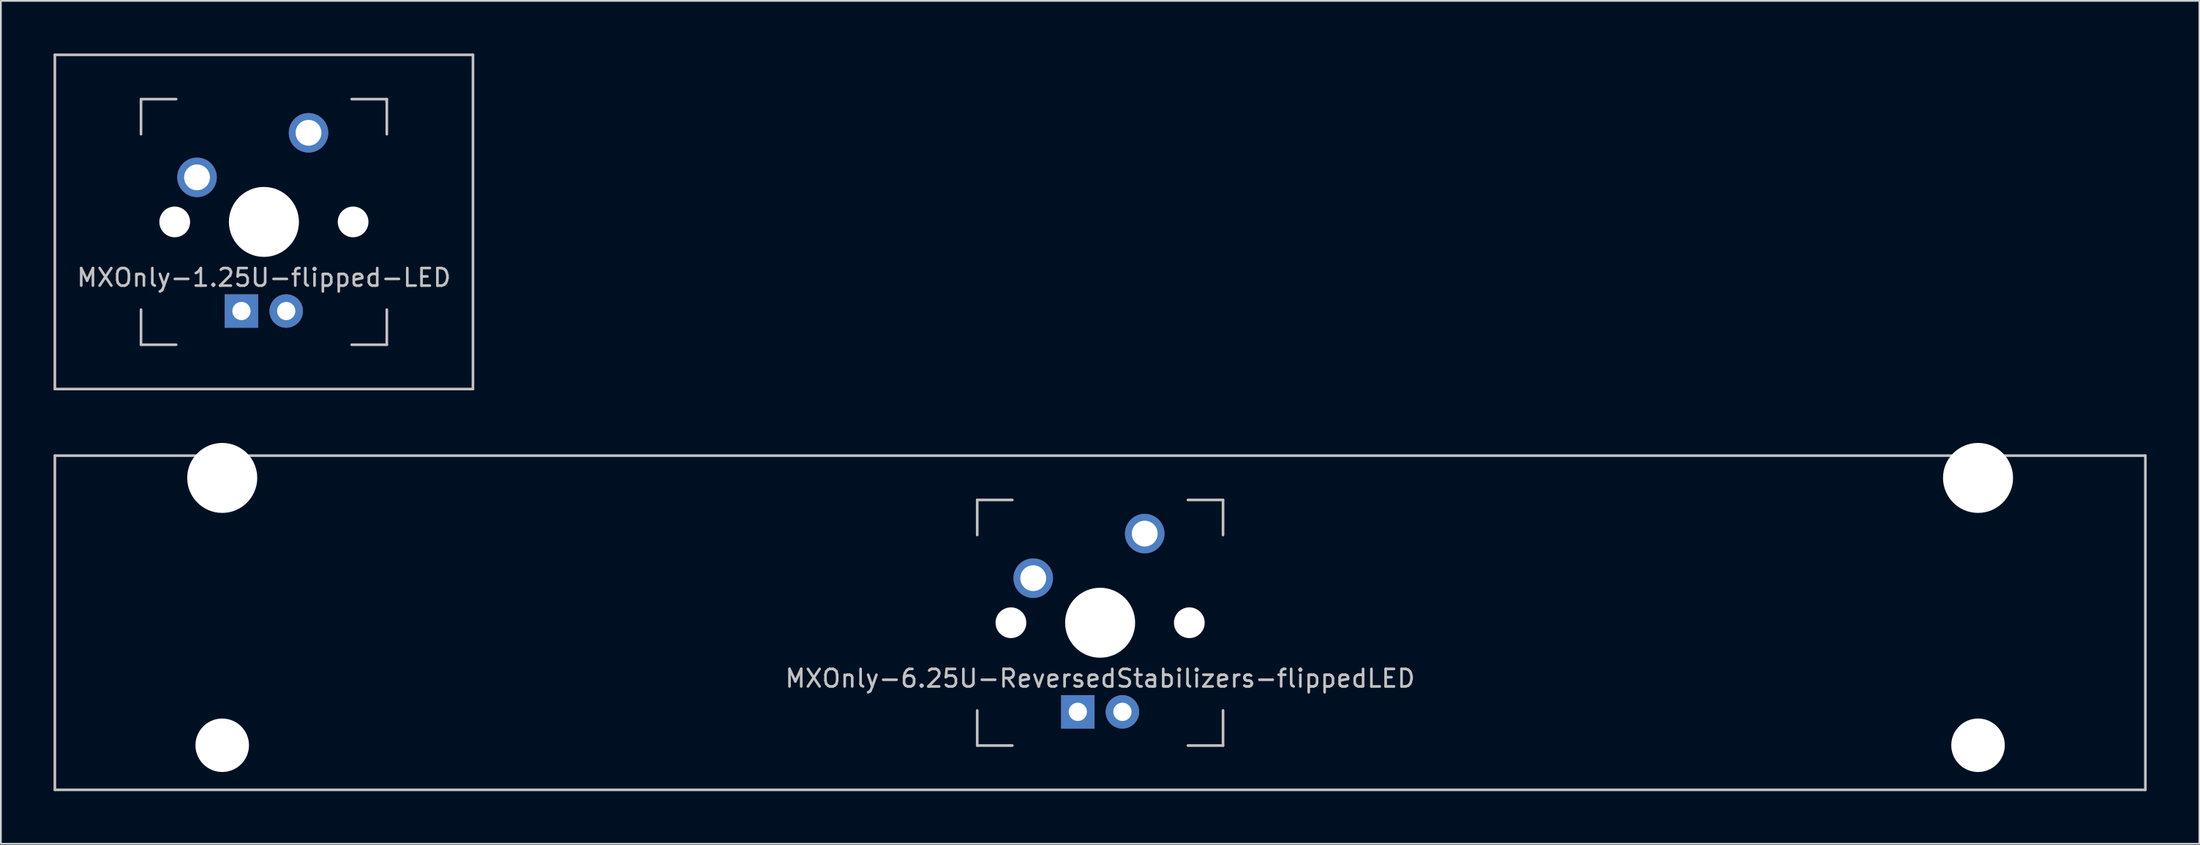
<source format=kicad_pcb>
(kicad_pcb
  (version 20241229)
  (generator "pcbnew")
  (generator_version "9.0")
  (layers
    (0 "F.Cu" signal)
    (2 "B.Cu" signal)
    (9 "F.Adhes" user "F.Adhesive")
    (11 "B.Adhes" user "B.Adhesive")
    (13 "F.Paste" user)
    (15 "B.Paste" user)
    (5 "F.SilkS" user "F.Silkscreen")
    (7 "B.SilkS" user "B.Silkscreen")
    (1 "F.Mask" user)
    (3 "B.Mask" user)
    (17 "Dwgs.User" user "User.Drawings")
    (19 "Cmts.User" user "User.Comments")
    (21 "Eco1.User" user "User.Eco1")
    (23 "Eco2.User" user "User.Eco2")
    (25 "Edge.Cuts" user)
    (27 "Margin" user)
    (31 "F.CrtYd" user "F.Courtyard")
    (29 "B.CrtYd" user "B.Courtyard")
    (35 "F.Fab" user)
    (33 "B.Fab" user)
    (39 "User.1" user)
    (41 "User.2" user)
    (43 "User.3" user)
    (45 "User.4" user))
  (footprint "MXOnly-6.25U-ReversedStabilizers-flippedLED"
    (layer "F.Cu")
    (at 59.606 32.449)
    (property "Reference" "MXOnly-6.25U-ReversedStabilizers-flippedLED" (at 0 3.175 0) (layer "Dwgs.User") (effects (font (size 1 1) (thickness 0.15))))
    (attr through_hole)
    (fp_line (start -59.531 -9.525) (end 59.531 -9.525) (stroke (width 0.15) (type solid)) (layer "Dwgs.User"))
    (fp_line (start -59.531 9.525) (end -59.531 -9.525) (stroke (width 0.15) (type solid)) (layer "Dwgs.User"))
    (fp_line (start -59.531 9.525) (end 59.531 9.525) (stroke (width 0.15) (type solid)) (layer "Dwgs.User"))
    (fp_line (start -7 -7) (end -7 -5) (stroke (width 0.15) (type solid)) (layer "Dwgs.User"))
    (fp_line (start -7 5) (end -7 7) (stroke (width 0.15) (type solid)) (layer "Dwgs.User"))
    (fp_line (start -7 7) (end -5 7) (stroke (width 0.15) (type solid)) (layer "Dwgs.User"))
    (fp_line (start -5 -7) (end -7 -7) (stroke (width 0.15) (type solid)) (layer "Dwgs.User"))
    (fp_line (start 5 -7) (end 7 -7) (stroke (width 0.15) (type solid)) (layer "Dwgs.User"))
    (fp_line (start 5 7) (end 7 7) (stroke (width 0.15) (type solid)) (layer "Dwgs.User"))
    (fp_line (start 7 -7) (end 7 -5) (stroke (width 0.15) (type solid)) (layer "Dwgs.User"))
    (fp_line (start 7 7) (end 7 5) (stroke (width 0.15) (type solid)) (layer "Dwgs.User"))
    (fp_line (start 59.531 -9.525) (end 59.531 9.525) (stroke (width 0.15) (type solid)) (layer "Dwgs.User"))
    (pad "" np_thru_hole circle (at -50 -8.255) (size 3.988 3.988) (drill 3.988) (layers "*.Cu" "*.Mask"))
    (pad "" np_thru_hole circle (at -50 6.985) (size 3.048 3.048) (drill 3.048) (layers "*.Cu" "*.Mask"))
    (pad "" np_thru_hole circle (at -5.08 0 48.1) (size 1.75 1.75) (drill 1.75) (layers "*.Cu" "*.Mask"))
    (pad "" np_thru_hole circle (at 0 0) (size 3.988 3.988) (drill 3.988) (layers "*.Cu" "*.Mask"))
    (pad "" np_thru_hole circle (at 5.08 0 48.1) (size 1.75 1.75) (drill 1.75) (layers "*.Cu" "*.Mask"))
    (pad "" np_thru_hole circle (at 50 -8.255) (size 3.988 3.988) (drill 3.988) (layers "*.Cu" "*.Mask"))
    (pad "" np_thru_hole circle (at 50 6.985) (size 3.048 3.048) (drill 3.048) (layers "*.Cu" "*.Mask"))
    (pad "1" thru_hole circle (at -3.81 -2.54) (size 2.25 2.25) (drill 1.47) (layers "*.Cu" "B.Mask"))
    (pad "2" thru_hole circle (at 2.54 -5.08) (size 2.25 2.25) (drill 1.47) (layers "*.Cu" "B.Mask"))
    (pad "3" thru_hole circle (at 1.27 5.08) (size 1.905 1.905) (drill 1.04) (layers "*.Cu" "B.Mask"))
    (pad "4" thru_hole rect (at -1.27 5.08) (size 1.905 1.905) (drill 1.04) (layers "*.Cu" "B.Mask")))
  (footprint "MXOnly-1.25U-flipped-LED"
    (layer "F.Cu")
    (at 11.981 9.6)
    (property "Reference" "MXOnly-1.25U-flipped-LED" (at 0 3.175 0) (layer "Dwgs.User") (effects (font (size 1 1) (thickness 0.15))))
    (attr through_hole)
    (fp_line (start -11.906 -9.525) (end 11.906 -9.525) (stroke (width 0.15) (type solid)) (layer "Dwgs.User"))
    (fp_line (start -11.906 9.525) (end -11.906 -9.525) (stroke (width 0.15) (type solid)) (layer "Dwgs.User"))
    (fp_line (start -11.906 9.525) (end 11.906 9.525) (stroke (width 0.15) (type solid)) (layer "Dwgs.User"))
    (fp_line (start -7 -7) (end -7 -5) (stroke (width 0.15) (type solid)) (layer "Dwgs.User"))
    (fp_line (start -7 5) (end -7 7) (stroke (width 0.15) (type solid)) (layer "Dwgs.User"))
    (fp_line (start -7 7) (end -5 7) (stroke (width 0.15) (type solid)) (layer "Dwgs.User"))
    (fp_line (start -5 -7) (end -7 -7) (stroke (width 0.15) (type solid)) (layer "Dwgs.User"))
    (fp_line (start 5 -7) (end 7 -7) (stroke (width 0.15) (type solid)) (layer "Dwgs.User"))
    (fp_line (start 5 7) (end 7 7) (stroke (width 0.15) (type solid)) (layer "Dwgs.User"))
    (fp_line (start 7 -7) (end 7 -5) (stroke (width 0.15) (type solid)) (layer "Dwgs.User"))
    (fp_line (start 7 7) (end 7 5) (stroke (width 0.15) (type solid)) (layer "Dwgs.User"))
    (fp_line (start 11.906 -9.525) (end 11.906 9.525) (stroke (width 0.15) (type solid)) (layer "Dwgs.User"))
    (pad "" np_thru_hole circle (at -5.08 0 48.1) (size 1.75 1.75) (drill 1.75) (layers "*.Cu" "*.Mask"))
    (pad "" np_thru_hole circle (at 0 0) (size 3.988 3.988) (drill 3.988) (layers "*.Cu" "*.Mask"))
    (pad "" np_thru_hole circle (at 5.08 0 48.1) (size 1.75 1.75) (drill 1.75) (layers "*.Cu" "*.Mask"))
    (pad "1" thru_hole circle (at -3.81 -2.54) (size 2.25 2.25) (drill 1.47) (layers "*.Cu" "B.Mask"))
    (pad "2" thru_hole circle (at 2.54 -5.08) (size 2.25 2.25) (drill 1.47) (layers "*.Cu" "B.Mask"))
    (pad "3" thru_hole rect (at -1.28 5.08) (size 1.905 1.905) (drill 1.04) (layers "*.Cu" "B.Mask"))
    (pad "4" thru_hole circle (at 1.27 5.08) (size 1.905 1.905) (drill 1.04) (layers "*.Cu" "B.Mask")))
  (gr_rect
    (start -3 -3)
    (end 122.213 45.049)
    (stroke (width 0.1) (type default))
    (fill no)
    (layer "Edge.Cuts")))
</source>
